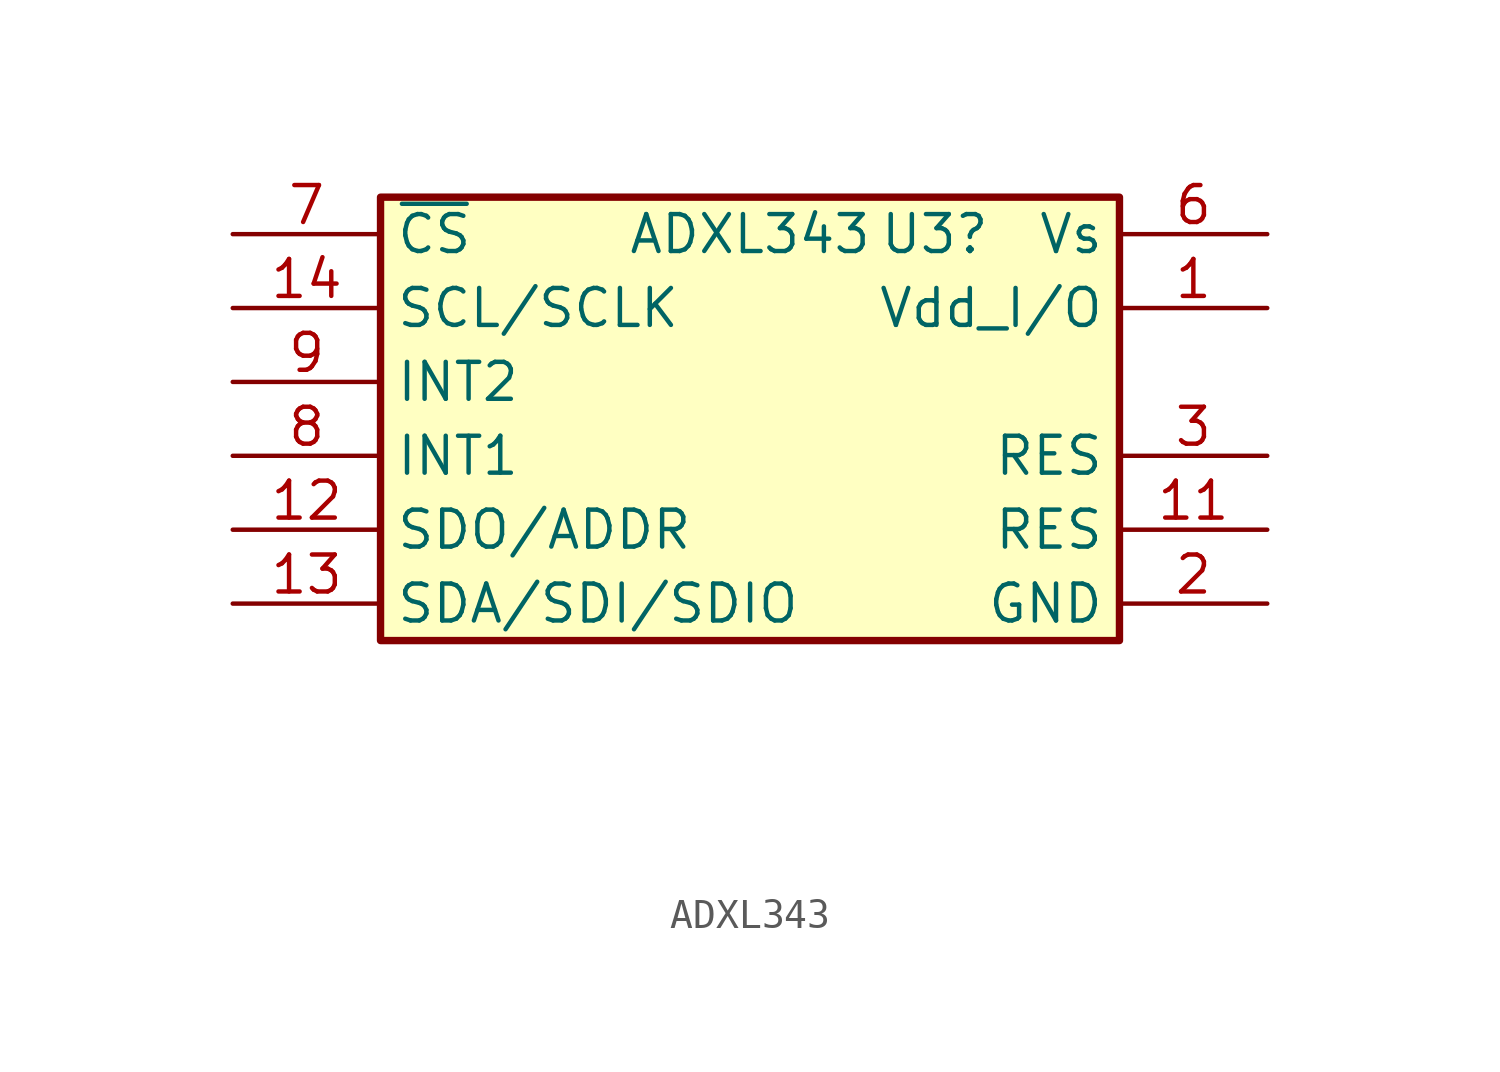
<source format=kicad_sym>
(kicad_symbol_lib
  (version 20220914)
  (generator kicad_symbol_editor)
  (symbol "ADXL343"
    (property "Reference" "U3"
      (at 8.89 7.62 0)
      (effects (font (size 1.27 1.27))))
    (property "Value" "ADXL343"
      (at 2.54 7.62 0)
      (effects (font (size 1.27 1.27))))
    (symbol "ADXL343_0_1"
      (rectangle (start -10.16 8.89) (end 15.24 -6.35) (stroke (width 0.254) (type default)) (fill (type background))))
    (symbol "ADXL343_1_1"
      (pin power_in line (at 20.32 5.08 180) (length 5.08) (name "Vdd_I/O" (effects (font (size 1.27 1.27)))) (number "1" (effects (font (size 1.27 1.27)))))
      (pin no_connect line (at -5.08 -12.7 90) (length 5.08) hide (name "NC" (effects (font (size 1.27 1.27)))) (number "10" (effects (font (size 1.27 1.27)))))
      (pin passive line (at 20.32 -2.54 180) (length 5.08) (name "RES" (effects (font (size 1.27 1.27)))) (number "11" (effects (font (size 1.27 1.27)))))
      (pin bidirectional line (at -15.24 -2.54 0) (length 5.08) (name "SDO/ADDR" (effects (font (size 1.27 1.27)))) (number "12" (effects (font (size 1.27 1.27)))))
      (pin bidirectional line (at -15.24 -5.08 0) (length 5.08) (name "SDA/SDI/SDIO" (effects (font (size 1.27 1.27)))) (number "13" (effects (font (size 1.27 1.27)))))
      (pin input line (at -15.24 5.08 0) (length 5.08) (name "SCL/SCLK" (effects (font (size 1.27 1.27)))) (number "14" (effects (font (size 1.27 1.27)))))
      (pin power_in line (at 20.32 -5.08 180) (length 5.08) (name "GND" (effects (font (size 1.27 1.27)))) (number "2" (effects (font (size 1.27 1.27)))))
      (pin passive line (at 20.32 0 180) (length 5.08) (name "RES" (effects (font (size 1.27 1.27)))) (number "3" (effects (font (size 1.27 1.27)))))
      (pin passive line (at 20.32 -5.08 180) (length 5.08) hide (name "GND" (effects (font (size 1.27 1.27)))) (number "4" (effects (font (size 1.27 1.27)))))
      (pin passive line (at 20.32 -5.08 180) (length 5.08) hide (name "GND" (effects (font (size 1.27 1.27)))) (number "5" (effects (font (size 1.27 1.27)))))
      (pin power_in line (at 20.32 7.62 180) (length 5.08) (name "Vs" (effects (font (size 1.27 1.27)))) (number "6" (effects (font (size 1.27 1.27)))))
      (pin input line (at -15.24 7.62 0) (length 5.08) (name "~{CS}" (effects (font (size 1.27 1.27)))) (number "7" (effects (font (size 1.27 1.27)))))
      (pin output line (at -15.24 0 0) (length 5.08) (name "INT1" (effects (font (size 1.27 1.27)))) (number "8" (effects (font (size 1.27 1.27)))))
      (pin output line (at -15.24 2.54 0) (length 5.08) (name "INT2" (effects (font (size 1.27 1.27)))) (number "9" (effects (font (size 1.27 1.27))))))))
</source>
